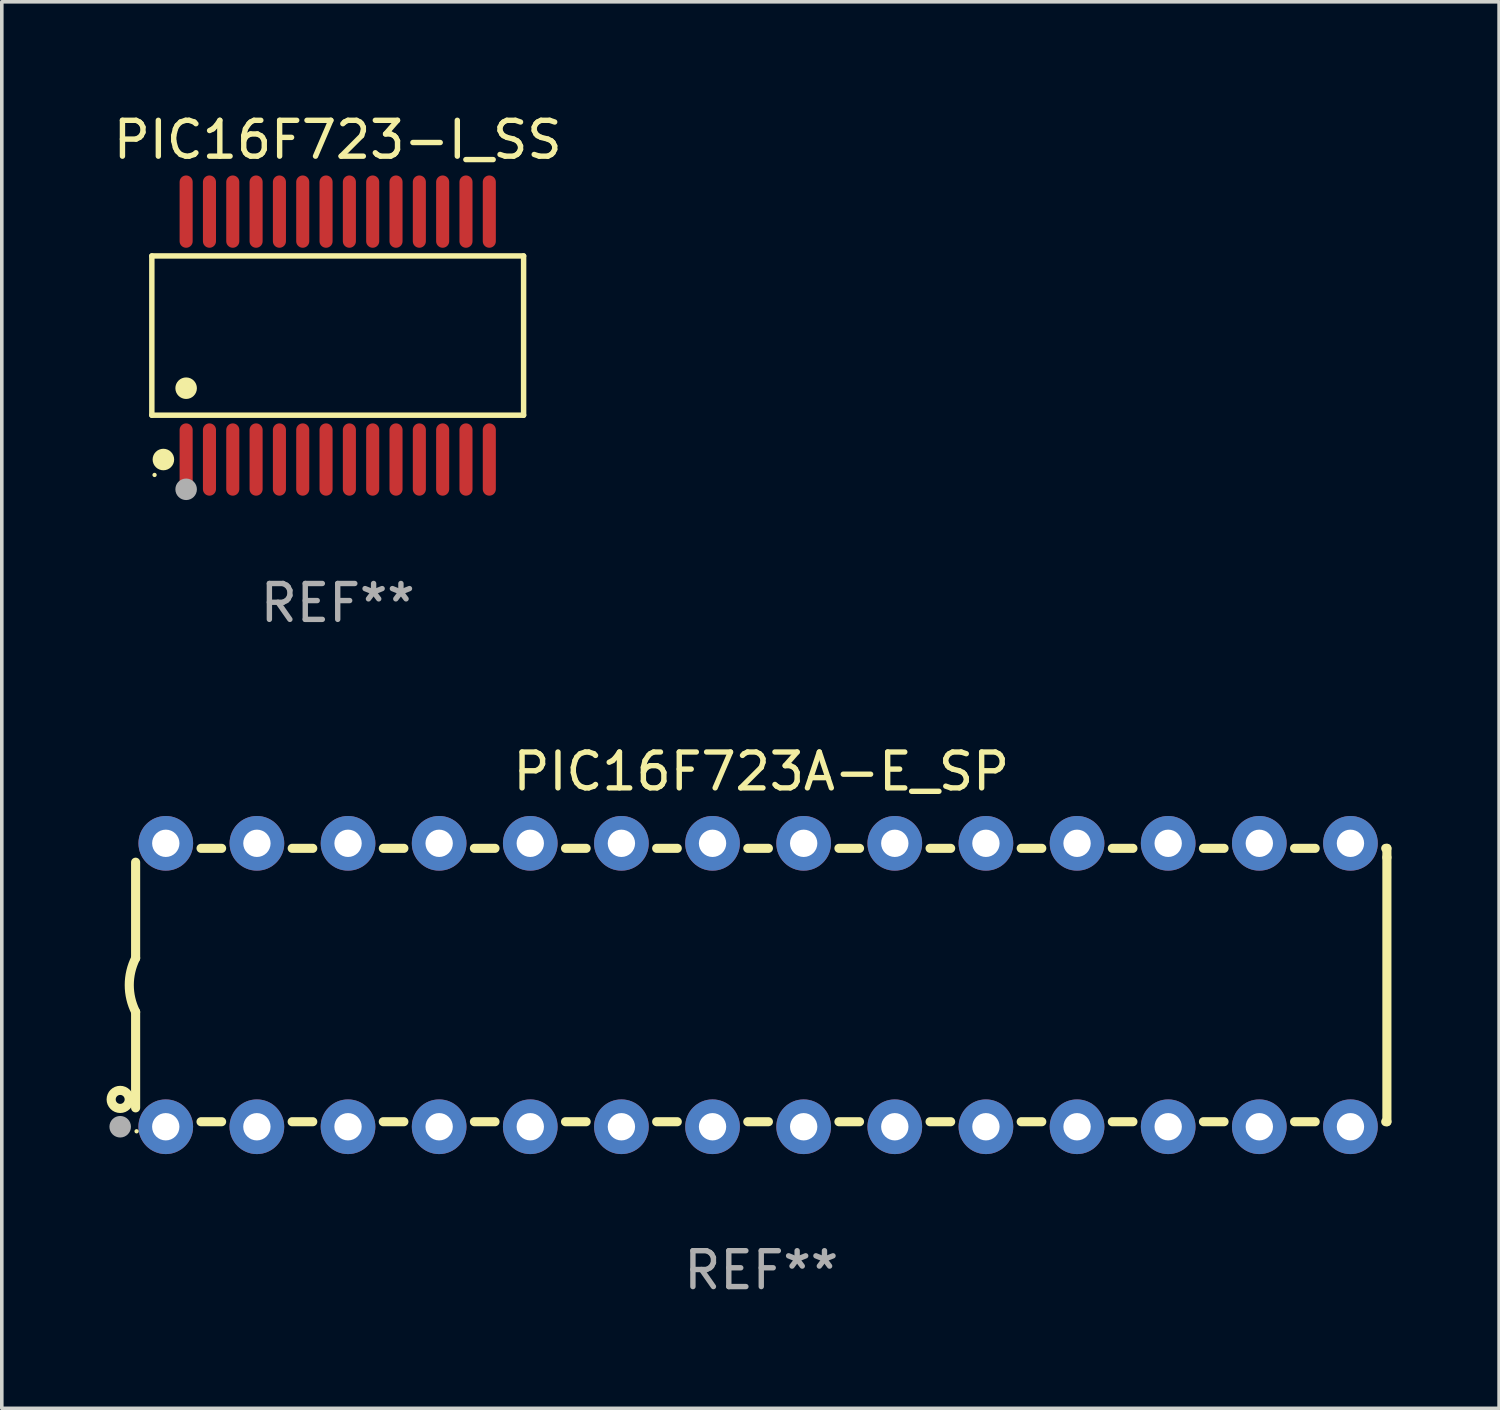
<source format=kicad_pcb>
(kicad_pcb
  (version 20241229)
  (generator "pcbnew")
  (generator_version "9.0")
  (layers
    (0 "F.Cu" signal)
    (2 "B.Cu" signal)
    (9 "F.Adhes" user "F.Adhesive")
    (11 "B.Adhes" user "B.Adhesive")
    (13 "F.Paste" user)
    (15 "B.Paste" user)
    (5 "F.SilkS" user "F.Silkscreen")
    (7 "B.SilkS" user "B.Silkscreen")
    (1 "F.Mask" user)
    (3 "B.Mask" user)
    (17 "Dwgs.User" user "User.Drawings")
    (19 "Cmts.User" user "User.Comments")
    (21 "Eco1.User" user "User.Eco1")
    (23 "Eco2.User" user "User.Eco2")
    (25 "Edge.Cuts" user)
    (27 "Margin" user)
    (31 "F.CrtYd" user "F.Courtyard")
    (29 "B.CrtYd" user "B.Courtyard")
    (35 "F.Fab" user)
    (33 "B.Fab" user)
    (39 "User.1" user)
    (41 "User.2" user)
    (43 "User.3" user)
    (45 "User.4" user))
  (footprint "PIC16F723-I_SS"
    (layer "F.Cu")
    (at 6.363 6.303)
    (property "Reference" "PIC16F723-I_SS" (at 0 -5.455 0) (layer "F.SilkS") (effects (font (size 1 1) (thickness 0.15))))
    (attr through_hole)
    (fp_line (start -5.181 -2.219) (end 5.181 -2.219) (stroke (width 0.152) (type solid)) (layer "F.SilkS"))
    (fp_line (start -5.181 2.219) (end -5.181 -2.219) (stroke (width 0.152) (type solid)) (layer "F.SilkS"))
    (fp_line (start 5.181 -2.219) (end 5.181 2.219) (stroke (width 0.152) (type solid)) (layer "F.SilkS"))
    (fp_line (start 5.181 2.219) (end -5.181 2.219) (stroke (width 0.152) (type solid)) (layer "F.SilkS"))
    (fp_circle (center -5.105 3.885) (end -5.075 3.885) (stroke (width 0.06) (type solid)) (fill no) (layer "F.SilkS"))
    (fp_circle (center -4.859 3.455) (end -4.709 3.455) (stroke (width 0.3) (type solid)) (fill no) (layer "F.SilkS"))
    (fp_circle (center -4.225 1.467) (end -4.075 1.467) (stroke (width 0.3) (type solid)) (fill no) (layer "F.SilkS"))
    (fp_circle (center -4.225 4.285) (end -4.075 4.285) (stroke (width 0.3) (type solid)) (fill no) (layer "F.Fab"))
    (fp_text user "REF**" (at 0 7.455 0) (layer "F.Fab") (effects (font (size 1 1) (thickness 0.15))))
    (pad "1" smd oval (at -4.225 3.455) (size 0.364 2.015) (layers "F.Cu" "F.Mask" "F.Paste"))
    (pad "2" smd oval (at -3.575 3.455) (size 0.364 2.015) (layers "F.Cu" "F.Mask" "F.Paste"))
    (pad "3" smd oval (at -2.925 3.455) (size 0.364 2.015) (layers "F.Cu" "F.Mask" "F.Paste"))
    (pad "4" smd oval (at -2.275 3.455) (size 0.364 2.015) (layers "F.Cu" "F.Mask" "F.Paste"))
    (pad "5" smd oval (at -1.625 3.455) (size 0.364 2.015) (layers "F.Cu" "F.Mask" "F.Paste"))
    (pad "6" smd oval (at -0.975 3.455) (size 0.364 2.015) (layers "F.Cu" "F.Mask" "F.Paste"))
    (pad "7" smd oval (at -0.325 3.455) (size 0.364 2.015) (layers "F.Cu" "F.Mask" "F.Paste"))
    (pad "8" smd oval (at 0.325 3.455) (size 0.364 2.015) (layers "F.Cu" "F.Mask" "F.Paste"))
    (pad "9" smd oval (at 0.975 3.455) (size 0.364 2.015) (layers "F.Cu" "F.Mask" "F.Paste"))
    (pad "10" smd oval (at 1.625 3.455) (size 0.364 2.015) (layers "F.Cu" "F.Mask" "F.Paste"))
    (pad "11" smd oval (at 2.275 3.455) (size 0.364 2.015) (layers "F.Cu" "F.Mask" "F.Paste"))
    (pad "12" smd oval (at 2.925 3.455) (size 0.364 2.015) (layers "F.Cu" "F.Mask" "F.Paste"))
    (pad "13" smd oval (at 3.575 3.455) (size 0.364 2.015) (layers "F.Cu" "F.Mask" "F.Paste"))
    (pad "14" smd oval (at 4.225 3.455) (size 0.364 2.015) (layers "F.Cu" "F.Mask" "F.Paste"))
    (pad "15" smd oval (at 4.225 -3.455) (size 0.364 2.015) (layers "F.Cu" "F.Mask" "F.Paste"))
    (pad "16" smd oval (at 3.575 -3.455) (size 0.364 2.015) (layers "F.Cu" "F.Mask" "F.Paste"))
    (pad "17" smd oval (at 2.925 -3.455) (size 0.364 2.015) (layers "F.Cu" "F.Mask" "F.Paste"))
    (pad "18" smd oval (at 2.275 -3.455) (size 0.364 2.015) (layers "F.Cu" "F.Mask" "F.Paste"))
    (pad "19" smd oval (at 1.625 -3.455) (size 0.364 2.015) (layers "F.Cu" "F.Mask" "F.Paste"))
    (pad "20" smd oval (at 0.975 -3.455) (size 0.364 2.015) (layers "F.Cu" "F.Mask" "F.Paste"))
    (pad "21" smd oval (at 0.325 -3.455) (size 0.364 2.015) (layers "F.Cu" "F.Mask" "F.Paste"))
    (pad "22" smd oval (at -0.325 -3.455) (size 0.364 2.015) (layers "F.Cu" "F.Mask" "F.Paste"))
    (pad "23" smd oval (at -0.975 -3.455) (size 0.364 2.015) (layers "F.Cu" "F.Mask" "F.Paste"))
    (pad "24" smd oval (at -1.625 -3.455) (size 0.364 2.015) (layers "F.Cu" "F.Mask" "F.Paste"))
    (pad "25" smd oval (at -2.275 -3.455) (size 0.364 2.015) (layers "F.Cu" "F.Mask" "F.Paste"))
    (pad "26" smd oval (at -2.925 -3.455) (size 0.364 2.015) (layers "F.Cu" "F.Mask" "F.Paste"))
    (pad "27" smd oval (at -3.575 -3.455) (size 0.364 2.015) (layers "F.Cu" "F.Mask" "F.Paste"))
    (pad "28" smd oval (at -4.225 -3.455) (size 0.364 2.015) (layers "F.Cu" "F.Mask" "F.Paste")))
  (footprint "PIC16F723A-E_SP"
    (layer "F.Cu")
    (at 18.168 24.405)
    (property "Reference" "PIC16F723A-E_SP" (at 0 -5.95 0) (layer "F.SilkS") (effects (font (size 1 1) (thickness 0.15))))
    (attr through_hole)
    (fp_line (start -17.438 0.75) (end -17.438 3.423) (stroke (width 0.254) (type solid)) (layer "F.SilkS"))
    (fp_line (start -17.438 -3.423) (end -17.438 -0.75) (stroke (width 0.254) (type solid)) (layer "F.SilkS"))
    (fp_line (start -15.615 3.81) (end -15.041 3.81) (stroke (width 0.254) (type solid)) (layer "F.SilkS"))
    (fp_line (start -15.041 -3.81) (end -15.614 -3.81) (stroke (width 0.254) (type solid)) (layer "F.SilkS"))
    (fp_line (start -13.075 3.81) (end -12.501 3.81) (stroke (width 0.254) (type solid)) (layer "F.SilkS"))
    (fp_line (start -12.501 -3.81) (end -13.074 -3.81) (stroke (width 0.254) (type solid)) (layer "F.SilkS"))
    (fp_line (start -10.535 3.81) (end -9.961 3.81) (stroke (width 0.254) (type solid)) (layer "F.SilkS"))
    (fp_line (start -9.961 -3.81) (end -10.534 -3.81) (stroke (width 0.254) (type solid)) (layer "F.SilkS"))
    (fp_line (start -7.995 3.81) (end -7.421 3.81) (stroke (width 0.254) (type solid)) (layer "F.SilkS"))
    (fp_line (start -7.421 -3.81) (end -7.995 -3.81) (stroke (width 0.254) (type solid)) (layer "F.SilkS"))
    (fp_line (start -5.455 3.81) (end -4.881 3.81) (stroke (width 0.254) (type solid)) (layer "F.SilkS"))
    (fp_line (start -4.881 -3.81) (end -5.455 -3.81) (stroke (width 0.254) (type solid)) (layer "F.SilkS"))
    (fp_line (start -2.915 3.81) (end -2.341 3.81) (stroke (width 0.254) (type solid)) (layer "F.SilkS"))
    (fp_line (start -2.341 -3.81) (end -2.915 -3.81) (stroke (width 0.254) (type solid)) (layer "F.SilkS"))
    (fp_line (start -0.375 3.81) (end 0.199 3.81) (stroke (width 0.254) (type solid)) (layer "F.SilkS"))
    (fp_line (start 0.199 -3.81) (end -0.375 -3.81) (stroke (width 0.254) (type solid)) (layer "F.SilkS"))
    (fp_line (start 2.165 3.81) (end 2.739 3.81) (stroke (width 0.254) (type solid)) (layer "F.SilkS"))
    (fp_line (start 2.739 -3.81) (end 2.165 -3.81) (stroke (width 0.254) (type solid)) (layer "F.SilkS"))
    (fp_line (start 4.705 3.81) (end 5.279 3.81) (stroke (width 0.254) (type solid)) (layer "F.SilkS"))
    (fp_line (start 5.279 -3.81) (end 4.705 -3.81) (stroke (width 0.254) (type solid)) (layer "F.SilkS"))
    (fp_line (start 7.245 3.81) (end 7.819 3.81) (stroke (width 0.254) (type solid)) (layer "F.SilkS"))
    (fp_line (start 7.819 -3.81) (end 7.245 -3.81) (stroke (width 0.254) (type solid)) (layer "F.SilkS"))
    (fp_line (start 9.785 3.81) (end 10.359 3.81) (stroke (width 0.254) (type solid)) (layer "F.SilkS"))
    (fp_line (start 10.359 -3.81) (end 9.785 -3.81) (stroke (width 0.254) (type solid)) (layer "F.SilkS"))
    (fp_line (start 12.325 3.81) (end 12.899 3.81) (stroke (width 0.254) (type solid)) (layer "F.SilkS"))
    (fp_line (start 12.899 -3.81) (end 12.325 -3.81) (stroke (width 0.254) (type solid)) (layer "F.SilkS"))
    (fp_line (start 14.865 3.81) (end 15.439 3.81) (stroke (width 0.254) (type solid)) (layer "F.SilkS"))
    (fp_line (start 15.439 -3.81) (end 14.865 -3.81) (stroke (width 0.254) (type solid)) (layer "F.SilkS"))
    (fp_line (start 17.405 3.81) (end 17.438 3.81) (stroke (width 0.254) (type solid)) (layer "F.SilkS"))
    (fp_line (start 17.438 -3.81) (end 17.405 -3.81) (stroke (width 0.254) (type solid)) (layer "F.SilkS"))
    (fp_line (start 17.438 -3.556) (end 17.438 -3.81) (stroke (width 0.254) (type solid)) (layer "F.SilkS"))
    (fp_line (start 17.438 3.81) (end 17.438 -3.556) (stroke (width 0.254) (type solid)) (layer "F.SilkS"))
    (fp_arc (start -17.437986 0.749657) (mid -17.614887 -0.000024) (end -17.437783 -0.749657) (stroke (width 0.254001) (type solid)) (layer "F.SilkS"))
    (fp_circle (center -17.868 3.188) (end -17.743 3.188) (stroke (width 0.254) (type solid)) (fill no) (layer "F.SilkS"))
    (fp_circle (center -17.411 4.077) (end -17.381 4.077) (stroke (width 0.06) (type solid)) (fill no) (layer "F.SilkS"))
    (fp_circle (center -17.868 3.95) (end -17.718 3.95) (stroke (width 0.3) (type solid)) (fill no) (layer "F.Fab"))
    (fp_text user "REF**" (at 0 7.95 0) (layer "F.Fab") (effects (font (size 1 1) (thickness 0.15))))
    (pad "1" thru_hole circle (at -16.598 3.95) (size 1.524 1.524) (drill 0.762) (layers "*.Cu" "*.Mask"))
    (pad "2" thru_hole circle (at -14.058 3.95) (size 1.524 1.524) (drill 0.762) (layers "*.Cu" "*.Mask"))
    (pad "3" thru_hole circle (at -11.518 3.95) (size 1.524 1.524) (drill 0.762) (layers "*.Cu" "*.Mask"))
    (pad "4" thru_hole circle (at -8.978 3.95) (size 1.524 1.524) (drill 0.762) (layers "*.Cu" "*.Mask"))
    (pad "5" thru_hole circle (at -6.438 3.95) (size 1.524 1.524) (drill 0.762) (layers "*.Cu" "*.Mask"))
    (pad "6" thru_hole circle (at -3.898 3.95) (size 1.524 1.524) (drill 0.762) (layers "*.Cu" "*.Mask"))
    (pad "7" thru_hole circle (at -1.358 3.95) (size 1.524 1.524) (drill 0.762) (layers "*.Cu" "*.Mask"))
    (pad "8" thru_hole circle (at 1.182 3.95) (size 1.524 1.524) (drill 0.762) (layers "*.Cu" "*.Mask"))
    (pad "9" thru_hole circle (at 3.722 3.95) (size 1.524 1.524) (drill 0.762) (layers "*.Cu" "*.Mask"))
    (pad "10" thru_hole circle (at 6.262 3.95) (size 1.524 1.524) (drill 0.762) (layers "*.Cu" "*.Mask"))
    (pad "11" thru_hole circle (at 8.802 3.95) (size 1.524 1.524) (drill 0.762) (layers "*.Cu" "*.Mask"))
    (pad "12" thru_hole circle (at 11.342 3.95) (size 1.524 1.524) (drill 0.762) (layers "*.Cu" "*.Mask"))
    (pad "13" thru_hole circle (at 13.882 3.95) (size 1.524 1.524) (drill 0.762) (layers "*.Cu" "*.Mask"))
    (pad "14" thru_hole circle (at 16.422 3.95) (size 1.524 1.524) (drill 0.762) (layers "*.Cu" "*.Mask"))
    (pad "15" thru_hole circle (at 16.422 -3.95) (size 1.524 1.524) (drill 0.762) (layers "*.Cu" "*.Mask"))
    (pad "16" thru_hole circle (at 13.882 -3.95) (size 1.524 1.524) (drill 0.762) (layers "*.Cu" "*.Mask"))
    (pad "17" thru_hole circle (at 11.342 -3.95) (size 1.524 1.524) (drill 0.762) (layers "*.Cu" "*.Mask"))
    (pad "18" thru_hole circle (at 8.802 -3.95) (size 1.524 1.524) (drill 0.762) (layers "*.Cu" "*.Mask"))
    (pad "19" thru_hole circle (at 6.262 -3.95) (size 1.524 1.524) (drill 0.762) (layers "*.Cu" "*.Mask"))
    (pad "20" thru_hole circle (at 3.722 -3.95) (size 1.524 1.524) (drill 0.762) (layers "*.Cu" "*.Mask"))
    (pad "21" thru_hole circle (at 1.182 -3.95) (size 1.524 1.524) (drill 0.762) (layers "*.Cu" "*.Mask"))
    (pad "22" thru_hole circle (at -1.358 -3.95) (size 1.524 1.524) (drill 0.762) (layers "*.Cu" "*.Mask"))
    (pad "23" thru_hole circle (at -3.898 -3.95) (size 1.524 1.524) (drill 0.762) (layers "*.Cu" "*.Mask"))
    (pad "24" thru_hole circle (at -6.438 -3.95) (size 1.524 1.524) (drill 0.762) (layers "*.Cu" "*.Mask"))
    (pad "25" thru_hole circle (at -8.978 -3.95) (size 1.524 1.524) (drill 0.762) (layers "*.Cu" "*.Mask"))
    (pad "26" thru_hole circle (at -11.517 -3.95) (size 1.524 1.524) (drill 0.762) (layers "*.Cu" "*.Mask"))
    (pad "27" thru_hole circle (at -14.057 -3.95) (size 1.524 1.524) (drill 0.762) (layers "*.Cu" "*.Mask"))
    (pad "28" thru_hole circle (at -16.597 -3.95) (size 1.524 1.524) (drill 0.762) (layers "*.Cu" "*.Mask")))
  (gr_rect
    (start -3 -3)
    (end 38.733 36.203)
    (stroke (width 0.1) (type default))
    (fill no)
    (layer "Edge.Cuts")))
</source>
